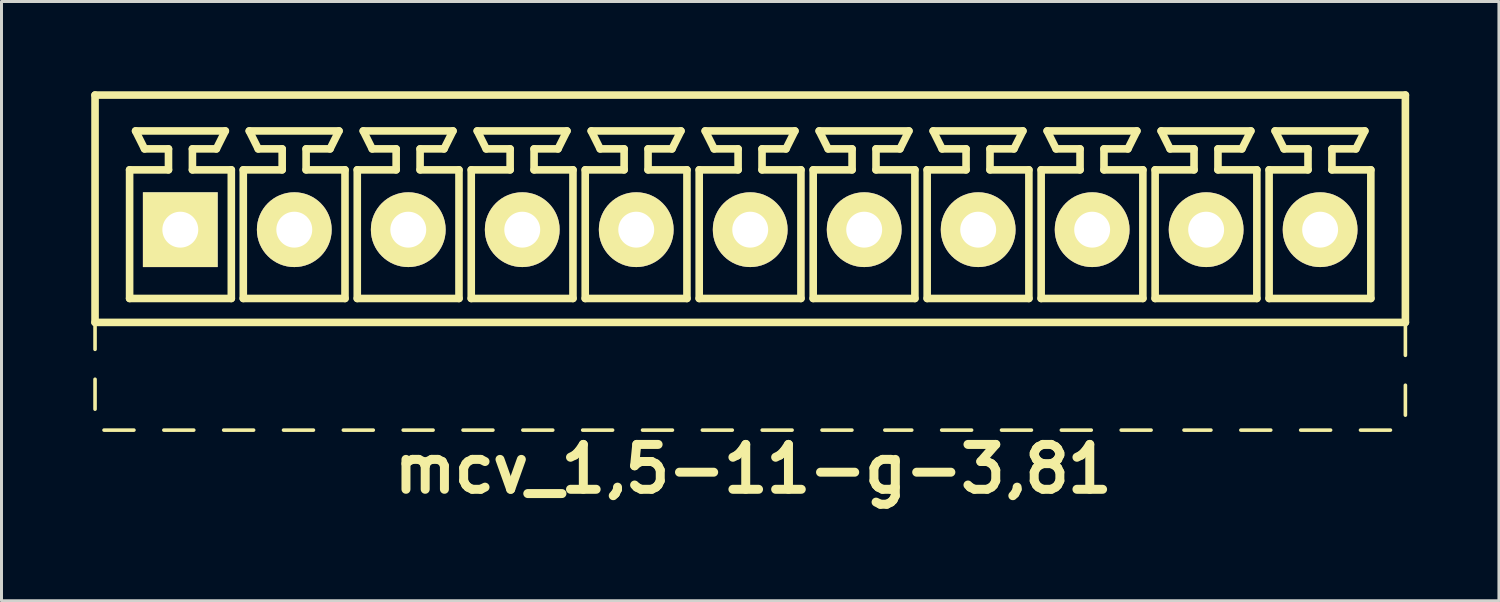
<source format=kicad_pcb>
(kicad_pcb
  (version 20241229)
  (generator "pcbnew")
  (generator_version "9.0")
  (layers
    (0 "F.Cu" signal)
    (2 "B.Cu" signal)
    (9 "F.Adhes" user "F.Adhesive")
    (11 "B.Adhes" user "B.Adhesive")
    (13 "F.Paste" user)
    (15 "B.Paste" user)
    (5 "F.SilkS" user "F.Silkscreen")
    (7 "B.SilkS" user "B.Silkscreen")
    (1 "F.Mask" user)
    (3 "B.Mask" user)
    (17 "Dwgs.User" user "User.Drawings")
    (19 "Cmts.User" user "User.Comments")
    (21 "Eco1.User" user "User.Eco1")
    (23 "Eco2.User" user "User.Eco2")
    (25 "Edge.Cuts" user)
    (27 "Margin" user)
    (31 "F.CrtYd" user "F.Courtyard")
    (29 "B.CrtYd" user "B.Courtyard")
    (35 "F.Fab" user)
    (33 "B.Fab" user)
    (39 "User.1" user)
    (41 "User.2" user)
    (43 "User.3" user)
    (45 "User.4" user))
  (footprint "mcv_1,5-11-g-3,81"
    (layer "F.Cu")
    (at 22.027 4.627)
    (property "Reference" "mcv_1,5-11-g-3,81" (at 0.1 8 0) (layer "F.SilkS") (effects (font (size 1.5 1.5) (thickness 0.3))))
    (attr through_hole)
    (fp_line (start -21.9 -4.5) (end -21.9 3.1) (stroke (width 0.254) (type solid)) (layer "F.SilkS"))
    (fp_line (start -21.9 -4.5) (end 21.9 -4.5) (stroke (width 0.254) (type solid)) (layer "F.SilkS"))
    (fp_line (start -21.9 3.1) (end -21.9 4) (stroke (width 0.12) (type solid)) (layer "F.SilkS"))
    (fp_line (start -21.9 3.1) (end 21.9 3.1) (stroke (width 0.254) (type solid)) (layer "F.SilkS"))
    (fp_line (start -21.9 5) (end -21.9 6) (stroke (width 0.12) (type solid)) (layer "F.SilkS"))
    (fp_line (start -21.6 6.7) (end -20.6 6.7) (stroke (width 0.12) (type solid)) (layer "F.SilkS"))
    (fp_line (start -20.745 -2) (end -19.445 -2) (stroke (width 0.254) (type solid)) (layer "F.SilkS"))
    (fp_line (start -20.745 2.3) (end -20.745 -2) (stroke (width 0.254) (type solid)) (layer "F.SilkS"))
    (fp_line (start -20.545 -3.3) (end -17.545 -3.3) (stroke (width 0.254) (type solid)) (layer "F.SilkS"))
    (fp_line (start -20.245 -2.7) (end -20.545 -3.3) (stroke (width 0.254) (type solid)) (layer "F.SilkS"))
    (fp_line (start -19.6 6.7) (end -18.6 6.7) (stroke (width 0.12) (type solid)) (layer "F.SilkS"))
    (fp_line (start -19.445 -2.7) (end -20.245 -2.7) (stroke (width 0.254) (type solid)) (layer "F.SilkS"))
    (fp_line (start -19.445 -2) (end -19.445 -2.7) (stroke (width 0.254) (type solid)) (layer "F.SilkS"))
    (fp_line (start -18.645 -2.7) (end -18.645 -2) (stroke (width 0.254) (type solid)) (layer "F.SilkS"))
    (fp_line (start -18.645 -2) (end -17.345 -2) (stroke (width 0.254) (type solid)) (layer "F.SilkS"))
    (fp_line (start -17.845 -2.7) (end -18.645 -2.7) (stroke (width 0.254) (type solid)) (layer "F.SilkS"))
    (fp_line (start -17.845 -2.7) (end -17.545 -3.3) (stroke (width 0.254) (type solid)) (layer "F.SilkS"))
    (fp_line (start -17.6 6.7) (end -16.6 6.7) (stroke (width 0.12) (type solid)) (layer "F.SilkS"))
    (fp_line (start -17.345 -2) (end -17.345 2.3) (stroke (width 0.254) (type solid)) (layer "F.SilkS"))
    (fp_line (start -17.345 2.3) (end -20.745 2.3) (stroke (width 0.254) (type solid)) (layer "F.SilkS"))
    (fp_line (start -16.945 -2) (end -15.645 -2) (stroke (width 0.254) (type solid)) (layer "F.SilkS"))
    (fp_line (start -16.945 2.3) (end -16.945 -2) (stroke (width 0.254) (type solid)) (layer "F.SilkS"))
    (fp_line (start -16.745 -3.3) (end -13.745 -3.3) (stroke (width 0.254) (type solid)) (layer "F.SilkS"))
    (fp_line (start -16.445 -2.7) (end -16.745 -3.3) (stroke (width 0.254) (type solid)) (layer "F.SilkS"))
    (fp_line (start -15.645 -2.7) (end -16.445 -2.7) (stroke (width 0.254) (type solid)) (layer "F.SilkS"))
    (fp_line (start -15.645 -2) (end -15.645 -2.7) (stroke (width 0.254) (type solid)) (layer "F.SilkS"))
    (fp_line (start -15.6 6.7) (end -14.6 6.7) (stroke (width 0.12) (type solid)) (layer "F.SilkS"))
    (fp_line (start -14.845 -2.7) (end -14.845 -2) (stroke (width 0.254) (type solid)) (layer "F.SilkS"))
    (fp_line (start -14.845 -2) (end -13.545 -2) (stroke (width 0.254) (type solid)) (layer "F.SilkS"))
    (fp_line (start -14.045 -2.7) (end -14.845 -2.7) (stroke (width 0.254) (type solid)) (layer "F.SilkS"))
    (fp_line (start -14.045 -2.7) (end -13.745 -3.3) (stroke (width 0.254) (type solid)) (layer "F.SilkS"))
    (fp_line (start -13.6 6.7) (end -12.6 6.7) (stroke (width 0.12) (type solid)) (layer "F.SilkS"))
    (fp_line (start -13.545 -2) (end -13.545 2.3) (stroke (width 0.254) (type solid)) (layer "F.SilkS"))
    (fp_line (start -13.545 2.3) (end -16.945 2.3) (stroke (width 0.254) (type solid)) (layer "F.SilkS"))
    (fp_line (start -13.135 -2) (end -11.835 -2) (stroke (width 0.254) (type solid)) (layer "F.SilkS"))
    (fp_line (start -13.135 2.3) (end -13.135 -2) (stroke (width 0.254) (type solid)) (layer "F.SilkS"))
    (fp_line (start -12.935 -3.3) (end -9.935 -3.3) (stroke (width 0.254) (type solid)) (layer "F.SilkS"))
    (fp_line (start -12.635 -2.7) (end -12.935 -3.3) (stroke (width 0.254) (type solid)) (layer "F.SilkS"))
    (fp_line (start -11.835 -2.7) (end -12.635 -2.7) (stroke (width 0.254) (type solid)) (layer "F.SilkS"))
    (fp_line (start -11.835 -2) (end -11.835 -2.7) (stroke (width 0.254) (type solid)) (layer "F.SilkS"))
    (fp_line (start -11.6 6.7) (end -10.6 6.7) (stroke (width 0.12) (type solid)) (layer "F.SilkS"))
    (fp_line (start -11.035 -2.7) (end -11.035 -2) (stroke (width 0.254) (type solid)) (layer "F.SilkS"))
    (fp_line (start -11.035 -2) (end -9.735 -2) (stroke (width 0.254) (type solid)) (layer "F.SilkS"))
    (fp_line (start -10.235 -2.7) (end -11.035 -2.7) (stroke (width 0.254) (type solid)) (layer "F.SilkS"))
    (fp_line (start -10.235 -2.7) (end -9.935 -3.3) (stroke (width 0.254) (type solid)) (layer "F.SilkS"))
    (fp_line (start -9.735 -2) (end -9.735 2.3) (stroke (width 0.254) (type solid)) (layer "F.SilkS"))
    (fp_line (start -9.735 2.3) (end -13.135 2.3) (stroke (width 0.254) (type solid)) (layer "F.SilkS"))
    (fp_line (start -9.6 6.7) (end -8.6 6.7) (stroke (width 0.12) (type solid)) (layer "F.SilkS"))
    (fp_line (start -9.325 -2) (end -8.025 -2) (stroke (width 0.254) (type solid)) (layer "F.SilkS"))
    (fp_line (start -9.325 2.3) (end -9.325 -2) (stroke (width 0.254) (type solid)) (layer "F.SilkS"))
    (fp_line (start -9.125 -3.3) (end -6.125 -3.3) (stroke (width 0.254) (type solid)) (layer "F.SilkS"))
    (fp_line (start -8.825 -2.7) (end -9.125 -3.3) (stroke (width 0.254) (type solid)) (layer "F.SilkS"))
    (fp_line (start -8.025 -2.7) (end -8.825 -2.7) (stroke (width 0.254) (type solid)) (layer "F.SilkS"))
    (fp_line (start -8.025 -2) (end -8.025 -2.7) (stroke (width 0.254) (type solid)) (layer "F.SilkS"))
    (fp_line (start -7.6 6.7) (end -6.6 6.7) (stroke (width 0.12) (type solid)) (layer "F.SilkS"))
    (fp_line (start -7.225 -2.7) (end -7.225 -2) (stroke (width 0.254) (type solid)) (layer "F.SilkS"))
    (fp_line (start -7.225 -2) (end -5.925 -2) (stroke (width 0.254) (type solid)) (layer "F.SilkS"))
    (fp_line (start -6.425 -2.7) (end -7.225 -2.7) (stroke (width 0.254) (type solid)) (layer "F.SilkS"))
    (fp_line (start -6.425 -2.7) (end -6.125 -3.3) (stroke (width 0.254) (type solid)) (layer "F.SilkS"))
    (fp_line (start -5.925 -2) (end -5.925 2.3) (stroke (width 0.254) (type solid)) (layer "F.SilkS"))
    (fp_line (start -5.925 2.3) (end -9.325 2.3) (stroke (width 0.254) (type solid)) (layer "F.SilkS"))
    (fp_line (start -5.6 6.7) (end -4.6 6.7) (stroke (width 0.12) (type solid)) (layer "F.SilkS"))
    (fp_line (start -5.515 -2) (end -4.215 -2) (stroke (width 0.254) (type solid)) (layer "F.SilkS"))
    (fp_line (start -5.515 2.3) (end -5.515 -2) (stroke (width 0.254) (type solid)) (layer "F.SilkS"))
    (fp_line (start -5.315 -3.3) (end -2.315 -3.3) (stroke (width 0.254) (type solid)) (layer "F.SilkS"))
    (fp_line (start -5.015 -2.7) (end -5.315 -3.3) (stroke (width 0.254) (type solid)) (layer "F.SilkS"))
    (fp_line (start -4.215 -2.7) (end -5.015 -2.7) (stroke (width 0.254) (type solid)) (layer "F.SilkS"))
    (fp_line (start -4.215 -2) (end -4.215 -2.7) (stroke (width 0.254) (type solid)) (layer "F.SilkS"))
    (fp_line (start -3.6 6.7) (end -2.6 6.7) (stroke (width 0.12) (type solid)) (layer "F.SilkS"))
    (fp_line (start -3.415 -2.7) (end -3.415 -2) (stroke (width 0.254) (type solid)) (layer "F.SilkS"))
    (fp_line (start -3.415 -2) (end -2.115 -2) (stroke (width 0.254) (type solid)) (layer "F.SilkS"))
    (fp_line (start -2.615 -2.7) (end -3.415 -2.7) (stroke (width 0.254) (type solid)) (layer "F.SilkS"))
    (fp_line (start -2.615 -2.7) (end -2.315 -3.3) (stroke (width 0.254) (type solid)) (layer "F.SilkS"))
    (fp_line (start -2.115 -2) (end -2.115 2.3) (stroke (width 0.254) (type solid)) (layer "F.SilkS"))
    (fp_line (start -2.115 2.3) (end -5.515 2.3) (stroke (width 0.254) (type solid)) (layer "F.SilkS"))
    (fp_line (start -1.705 -2) (end -0.405 -2) (stroke (width 0.254) (type solid)) (layer "F.SilkS"))
    (fp_line (start -1.705 2.3) (end -1.705 -2) (stroke (width 0.254) (type solid)) (layer "F.SilkS"))
    (fp_line (start -1.6 6.7) (end -0.6 6.7) (stroke (width 0.12) (type solid)) (layer "F.SilkS"))
    (fp_line (start -1.505 -3.3) (end 1.495 -3.3) (stroke (width 0.254) (type solid)) (layer "F.SilkS"))
    (fp_line (start -1.205 -2.7) (end -1.505 -3.3) (stroke (width 0.254) (type solid)) (layer "F.SilkS"))
    (fp_line (start -0.405 -2.7) (end -1.205 -2.7) (stroke (width 0.254) (type solid)) (layer "F.SilkS"))
    (fp_line (start -0.405 -2) (end -0.405 -2.7) (stroke (width 0.254) (type solid)) (layer "F.SilkS"))
    (fp_line (start 0.395 -2.7) (end 0.395 -2) (stroke (width 0.254) (type solid)) (layer "F.SilkS"))
    (fp_line (start 0.395 -2) (end 1.695 -2) (stroke (width 0.254) (type solid)) (layer "F.SilkS"))
    (fp_line (start 0.4 6.7) (end 1.4 6.7) (stroke (width 0.12) (type solid)) (layer "F.SilkS"))
    (fp_line (start 1.195 -2.7) (end 0.395 -2.7) (stroke (width 0.254) (type solid)) (layer "F.SilkS"))
    (fp_line (start 1.195 -2.7) (end 1.495 -3.3) (stroke (width 0.254) (type solid)) (layer "F.SilkS"))
    (fp_line (start 1.695 -2) (end 1.695 2.3) (stroke (width 0.254) (type solid)) (layer "F.SilkS"))
    (fp_line (start 1.695 2.3) (end -1.705 2.3) (stroke (width 0.254) (type solid)) (layer "F.SilkS"))
    (fp_line (start 2.105 -2) (end 3.405 -2) (stroke (width 0.254) (type solid)) (layer "F.SilkS"))
    (fp_line (start 2.105 2.3) (end 2.105 -2) (stroke (width 0.254) (type solid)) (layer "F.SilkS"))
    (fp_line (start 2.305 -3.3) (end 5.305 -3.3) (stroke (width 0.254) (type solid)) (layer "F.SilkS"))
    (fp_line (start 2.4 6.7) (end 3.4 6.7) (stroke (width 0.12) (type solid)) (layer "F.SilkS"))
    (fp_line (start 2.605 -2.7) (end 2.305 -3.3) (stroke (width 0.254) (type solid)) (layer "F.SilkS"))
    (fp_line (start 3.405 -2.7) (end 2.605 -2.7) (stroke (width 0.254) (type solid)) (layer "F.SilkS"))
    (fp_line (start 3.405 -2) (end 3.405 -2.7) (stroke (width 0.254) (type solid)) (layer "F.SilkS"))
    (fp_line (start 4.205 -2.7) (end 4.205 -2) (stroke (width 0.254) (type solid)) (layer "F.SilkS"))
    (fp_line (start 4.205 -2) (end 5.505 -2) (stroke (width 0.254) (type solid)) (layer "F.SilkS"))
    (fp_line (start 4.5 6.7) (end 5.4 6.7) (stroke (width 0.12) (type solid)) (layer "F.SilkS"))
    (fp_line (start 5.005 -2.7) (end 4.205 -2.7) (stroke (width 0.254) (type solid)) (layer "F.SilkS"))
    (fp_line (start 5.005 -2.7) (end 5.305 -3.3) (stroke (width 0.254) (type solid)) (layer "F.SilkS"))
    (fp_line (start 5.505 -2) (end 5.505 2.3) (stroke (width 0.254) (type solid)) (layer "F.SilkS"))
    (fp_line (start 5.505 2.3) (end 2.105 2.3) (stroke (width 0.254) (type solid)) (layer "F.SilkS"))
    (fp_line (start 5.915 -2) (end 7.215 -2) (stroke (width 0.254) (type solid)) (layer "F.SilkS"))
    (fp_line (start 5.915 2.3) (end 5.915 -2) (stroke (width 0.254) (type solid)) (layer "F.SilkS"))
    (fp_line (start 6.115 -3.3) (end 9.115 -3.3) (stroke (width 0.254) (type solid)) (layer "F.SilkS"))
    (fp_line (start 6.4 6.7) (end 7.4 6.7) (stroke (width 0.12) (type solid)) (layer "F.SilkS"))
    (fp_line (start 6.415 -2.7) (end 6.115 -3.3) (stroke (width 0.254) (type solid)) (layer "F.SilkS"))
    (fp_line (start 7.215 -2.7) (end 6.415 -2.7) (stroke (width 0.254) (type solid)) (layer "F.SilkS"))
    (fp_line (start 7.215 -2) (end 7.215 -2.7) (stroke (width 0.254) (type solid)) (layer "F.SilkS"))
    (fp_line (start 8.015 -2.7) (end 8.015 -2) (stroke (width 0.254) (type solid)) (layer "F.SilkS"))
    (fp_line (start 8.015 -2) (end 9.315 -2) (stroke (width 0.254) (type solid)) (layer "F.SilkS"))
    (fp_line (start 8.4 6.7) (end 9.4 6.7) (stroke (width 0.12) (type solid)) (layer "F.SilkS"))
    (fp_line (start 8.815 -2.7) (end 8.015 -2.7) (stroke (width 0.254) (type solid)) (layer "F.SilkS"))
    (fp_line (start 8.815 -2.7) (end 9.115 -3.3) (stroke (width 0.254) (type solid)) (layer "F.SilkS"))
    (fp_line (start 9.315 -2) (end 9.315 2.3) (stroke (width 0.254) (type solid)) (layer "F.SilkS"))
    (fp_line (start 9.315 2.3) (end 5.915 2.3) (stroke (width 0.254) (type solid)) (layer "F.SilkS"))
    (fp_line (start 9.725 -2) (end 11.025 -2) (stroke (width 0.254) (type solid)) (layer "F.SilkS"))
    (fp_line (start 9.725 2.3) (end 9.725 -2) (stroke (width 0.254) (type solid)) (layer "F.SilkS"))
    (fp_line (start 9.925 -3.3) (end 12.925 -3.3) (stroke (width 0.254) (type solid)) (layer "F.SilkS"))
    (fp_line (start 10.225 -2.7) (end 9.925 -3.3) (stroke (width 0.254) (type solid)) (layer "F.SilkS"))
    (fp_line (start 10.4 6.7) (end 11.4 6.7) (stroke (width 0.12) (type solid)) (layer "F.SilkS"))
    (fp_line (start 11.025 -2.7) (end 10.225 -2.7) (stroke (width 0.254) (type solid)) (layer "F.SilkS"))
    (fp_line (start 11.025 -2) (end 11.025 -2.7) (stroke (width 0.254) (type solid)) (layer "F.SilkS"))
    (fp_line (start 11.825 -2.7) (end 11.825 -2) (stroke (width 0.254) (type solid)) (layer "F.SilkS"))
    (fp_line (start 11.825 -2) (end 13.125 -2) (stroke (width 0.254) (type solid)) (layer "F.SilkS"))
    (fp_line (start 12.4 6.7) (end 13.4 6.7) (stroke (width 0.12) (type solid)) (layer "F.SilkS"))
    (fp_line (start 12.625 -2.7) (end 11.825 -2.7) (stroke (width 0.254) (type solid)) (layer "F.SilkS"))
    (fp_line (start 12.625 -2.7) (end 12.925 -3.3) (stroke (width 0.254) (type solid)) (layer "F.SilkS"))
    (fp_line (start 13.125 -2) (end 13.125 2.3) (stroke (width 0.254) (type solid)) (layer "F.SilkS"))
    (fp_line (start 13.125 2.3) (end 9.725 2.3) (stroke (width 0.254) (type solid)) (layer "F.SilkS"))
    (fp_line (start 13.535 -2) (end 14.835 -2) (stroke (width 0.254) (type solid)) (layer "F.SilkS"))
    (fp_line (start 13.535 2.3) (end 13.535 -2) (stroke (width 0.254) (type solid)) (layer "F.SilkS"))
    (fp_line (start 13.735 -3.3) (end 16.735 -3.3) (stroke (width 0.254) (type solid)) (layer "F.SilkS"))
    (fp_line (start 14.035 -2.7) (end 13.735 -3.3) (stroke (width 0.254) (type solid)) (layer "F.SilkS"))
    (fp_line (start 14.5 6.7) (end 15.4 6.7) (stroke (width 0.12) (type solid)) (layer "F.SilkS"))
    (fp_line (start 14.835 -2.7) (end 14.035 -2.7) (stroke (width 0.254) (type solid)) (layer "F.SilkS"))
    (fp_line (start 14.835 -2) (end 14.835 -2.7) (stroke (width 0.254) (type solid)) (layer "F.SilkS"))
    (fp_line (start 15.635 -2.7) (end 15.635 -2) (stroke (width 0.254) (type solid)) (layer "F.SilkS"))
    (fp_line (start 15.635 -2) (end 16.935 -2) (stroke (width 0.254) (type solid)) (layer "F.SilkS"))
    (fp_line (start 16.4 6.7) (end 17.4 6.7) (stroke (width 0.12) (type solid)) (layer "F.SilkS"))
    (fp_line (start 16.435 -2.7) (end 15.635 -2.7) (stroke (width 0.254) (type solid)) (layer "F.SilkS"))
    (fp_line (start 16.435 -2.7) (end 16.735 -3.3) (stroke (width 0.254) (type solid)) (layer "F.SilkS"))
    (fp_line (start 16.935 -2) (end 16.935 2.3) (stroke (width 0.254) (type solid)) (layer "F.SilkS"))
    (fp_line (start 16.935 2.3) (end 13.535 2.3) (stroke (width 0.254) (type solid)) (layer "F.SilkS"))
    (fp_line (start 17.345 -2) (end 18.645 -2) (stroke (width 0.254) (type solid)) (layer "F.SilkS"))
    (fp_line (start 17.345 2.3) (end 17.345 -2) (stroke (width 0.254) (type solid)) (layer "F.SilkS"))
    (fp_line (start 17.545 -3.3) (end 20.545 -3.3) (stroke (width 0.254) (type solid)) (layer "F.SilkS"))
    (fp_line (start 17.845 -2.7) (end 17.545 -3.3) (stroke (width 0.254) (type solid)) (layer "F.SilkS"))
    (fp_line (start 18.4 6.7) (end 19.4 6.7) (stroke (width 0.12) (type solid)) (layer "F.SilkS"))
    (fp_line (start 18.645 -2.7) (end 17.845 -2.7) (stroke (width 0.254) (type solid)) (layer "F.SilkS"))
    (fp_line (start 18.645 -2) (end 18.645 -2.7) (stroke (width 0.254) (type solid)) (layer "F.SilkS"))
    (fp_line (start 19.445 -2.7) (end 19.445 -2) (stroke (width 0.254) (type solid)) (layer "F.SilkS"))
    (fp_line (start 19.445 -2) (end 20.745 -2) (stroke (width 0.254) (type solid)) (layer "F.SilkS"))
    (fp_line (start 20.245 -2.7) (end 19.445 -2.7) (stroke (width 0.254) (type solid)) (layer "F.SilkS"))
    (fp_line (start 20.245 -2.7) (end 20.545 -3.3) (stroke (width 0.254) (type solid)) (layer "F.SilkS"))
    (fp_line (start 20.4 6.7) (end 21.4 6.7) (stroke (width 0.12) (type solid)) (layer "F.SilkS"))
    (fp_line (start 20.745 -2) (end 20.745 2.3) (stroke (width 0.254) (type solid)) (layer "F.SilkS"))
    (fp_line (start 20.745 2.3) (end 17.345 2.3) (stroke (width 0.254) (type solid)) (layer "F.SilkS"))
    (fp_line (start 21.9 -4.5) (end 21.9 3.1) (stroke (width 0.254) (type solid)) (layer "F.SilkS"))
    (fp_line (start 21.9 4.2) (end 21.9 3.2) (stroke (width 0.12) (type solid)) (layer "F.SilkS"))
    (fp_line (start 21.9 6.2) (end 21.9 5.2) (stroke (width 0.12) (type solid)) (layer "F.SilkS"))
    (pad "1" thru_hole rect (at -19.05 0) (size 2.5 2.5) (drill 1.2) (layers "*.Cu" "*.Mask" "F.SilkS"))
    (pad "2" thru_hole circle (at -15.24 0) (size 2.5 2.5) (drill 1.2) (layers "*.Cu" "*.Mask" "F.SilkS"))
    (pad "3" thru_hole circle (at -11.43 0) (size 2.5 2.5) (drill 1.2) (layers "*.Cu" "*.Mask" "F.SilkS"))
    (pad "4" thru_hole circle (at -7.62 0) (size 2.5 2.5) (drill 1.2) (layers "*.Cu" "*.Mask" "F.SilkS"))
    (pad "5" thru_hole circle (at -3.81 0) (size 2.5 2.5) (drill 1.2) (layers "*.Cu" "*.Mask" "F.SilkS"))
    (pad "6" thru_hole circle (at 0 0) (size 2.5 2.5) (drill 1.2) (layers "*.Cu" "*.Mask" "F.SilkS"))
    (pad "7" thru_hole circle (at 3.81 0) (size 2.5 2.5) (drill 1.2) (layers "*.Cu" "*.Mask" "F.SilkS"))
    (pad "8" thru_hole circle (at 7.62 0) (size 2.5 2.5) (drill 1.2) (layers "*.Cu" "*.Mask" "F.SilkS"))
    (pad "9" thru_hole circle (at 11.43 0) (size 2.5 2.5) (drill 1.2) (layers "*.Cu" "*.Mask" "F.SilkS"))
    (pad "10" thru_hole circle (at 15.24 0) (size 2.5 2.5) (drill 1.2) (layers "*.Cu" "*.Mask" "F.SilkS"))
    (pad "11" thru_hole circle (at 19.05 0) (size 2.5 2.5) (drill 1.2) (layers "*.Cu" "*.Mask" "F.SilkS")))
  (gr_rect
    (start -3 -3)
    (end 47.054 17.031)
    (stroke (width 0.1) (type default))
    (fill no)
    (layer "Edge.Cuts")))
</source>
